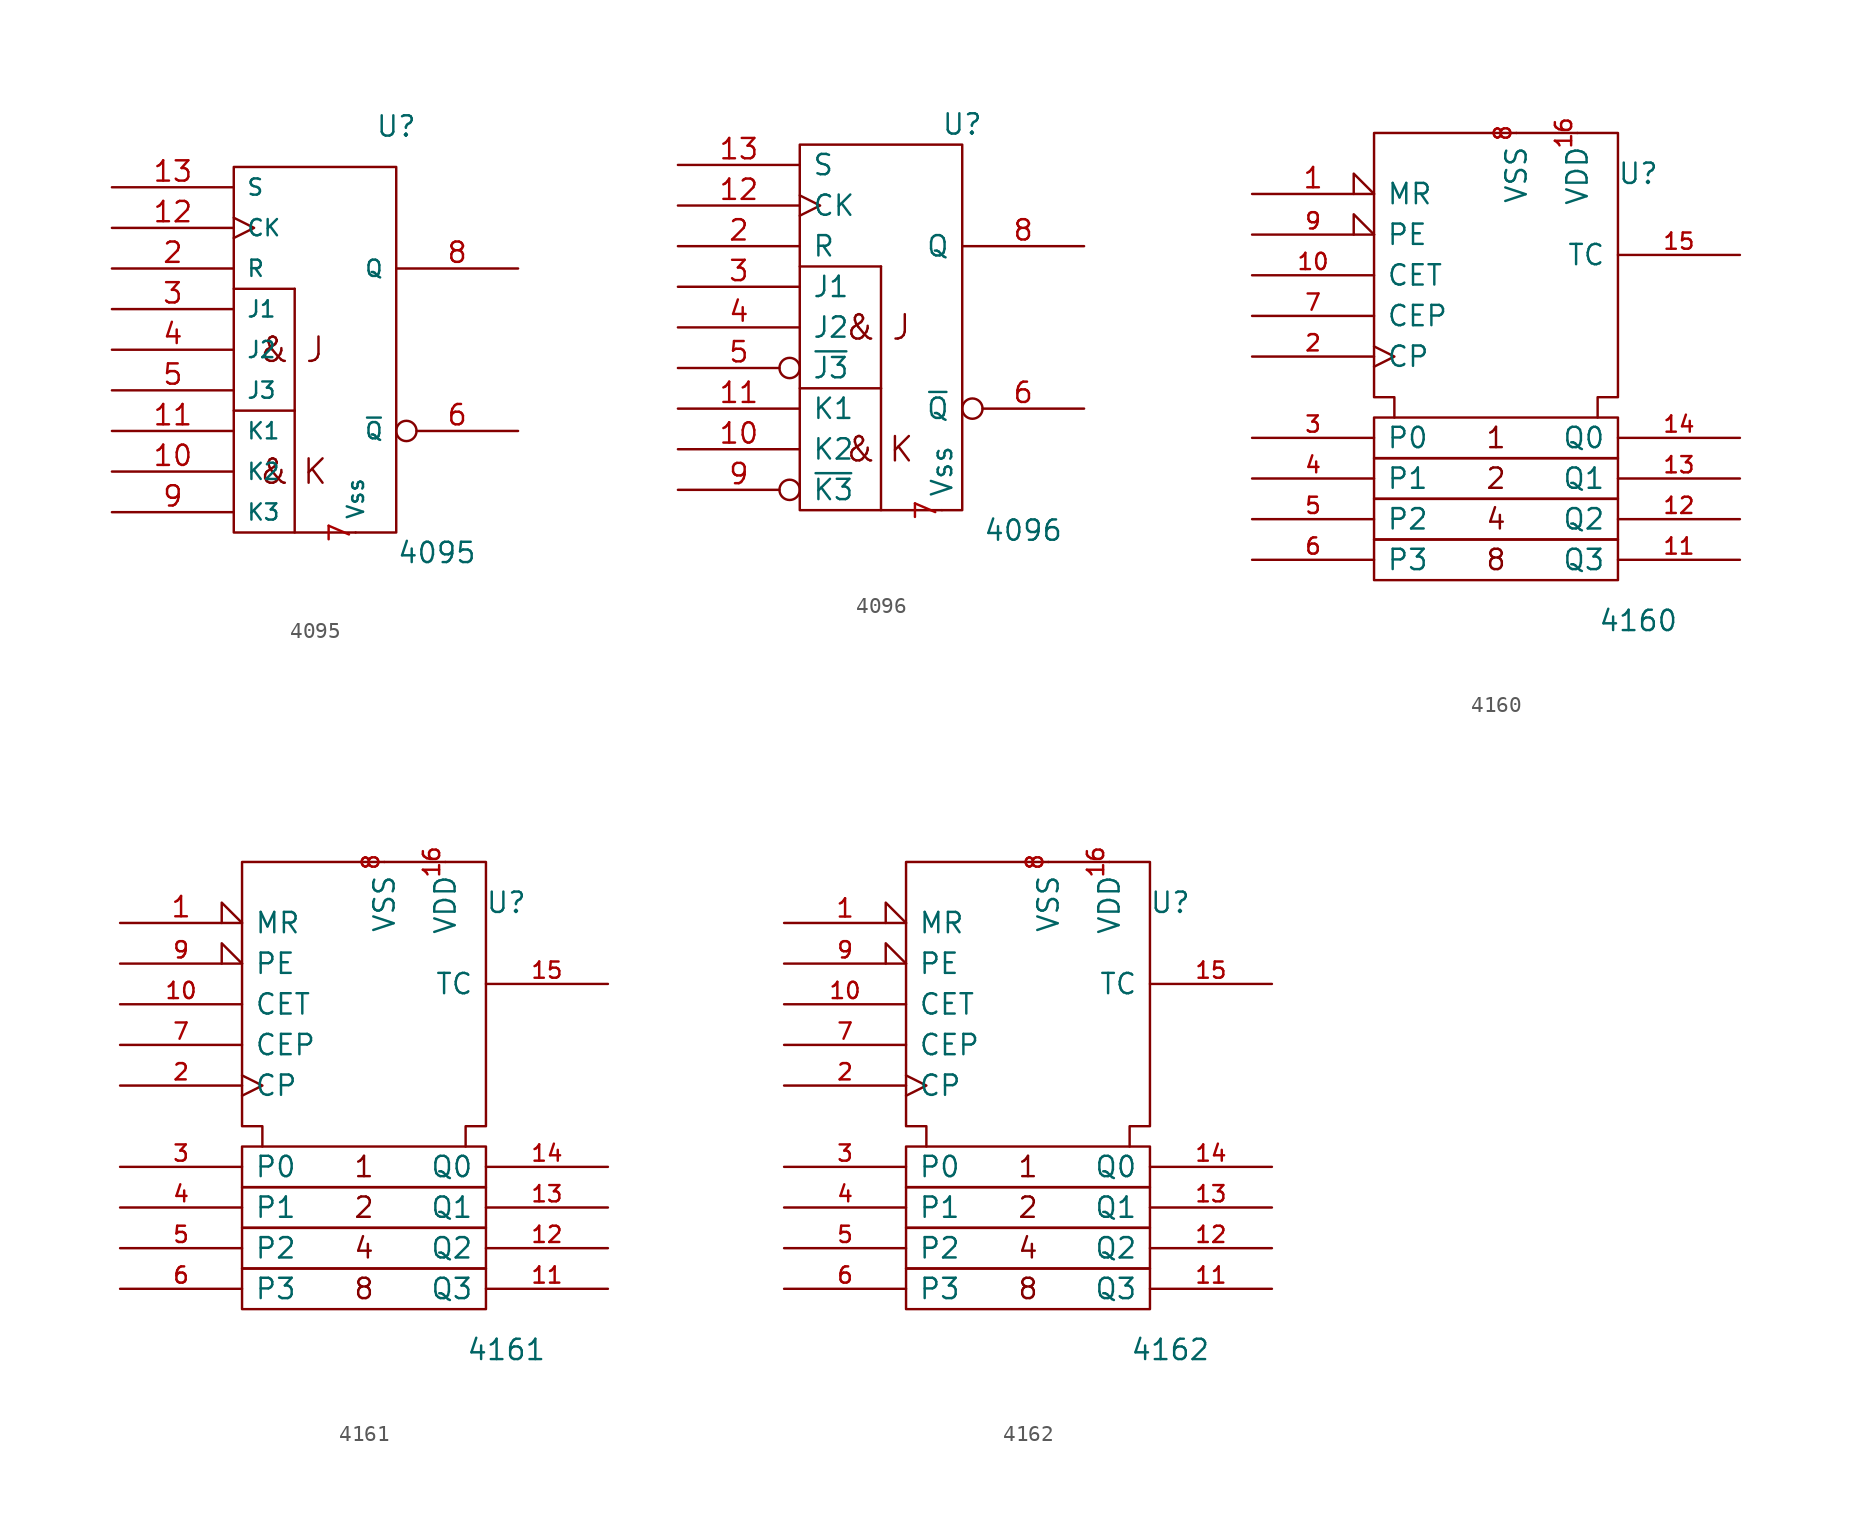
<source format=kicad_sym>
(kicad_symbol_lib
  (version 20211014)
  (generator kicad_symbol_editor)
  (symbol "4095"
    (pin_names
      (offset 0.762))
    (property "Reference" "U"
      (at 5.08 13.97 0)
      (effects (font (size 1.27 1.27))))
    (property "Value" "4095"
      (at 7.62 -12.7 0)
      (effects (font (size 1.27 1.27))))
    (symbol "4095_0_0"
      (text "&" (at -2.54 -7.62 0) (effects (font (size 1.524 1.524))))
      (text "&" (at -2.54 0 0) (effects (font (size 1.524 1.524))))
      (text "J" (at 0 0 0) (effects (font (size 1.524 1.524))))
      (text "K" (at 0 -7.62 0) (effects (font (size 1.524 1.524)))))
    (symbol "4095_0_1"
      (rectangle (start -5.08 -3.81) (end -1.27 -3.81) (stroke (width 0) (type default) (color 0 0 0 0)) (fill (type none)))
      (rectangle (start -5.08 3.81) (end -1.27 3.81) (stroke (width 0) (type default) (color 0 0 0 0)) (fill (type none)))
      (rectangle (start -5.08 11.43) (end 5.08 -11.43) (stroke (width 0) (type default) (color 0 0 0 0)) (fill (type none)))
      (rectangle (start -1.27 -3.81) (end -1.27 -11.43) (stroke (width 0) (type default) (color 0 0 0 0)) (fill (type none)))
      (rectangle (start -1.27 -3.81) (end -1.27 3.81) (stroke (width 0) (type default) (color 0 0 0 0)) (fill (type none))))
    (symbol "4095_1_1"
      (pin input line (at -12.7 -7.62 0) (length 7.62) (name "K2" (effects (font (size 1.016 1.016)))) (number "10" (effects (font (size 1.27 1.27)))))
      (pin input line (at -12.7 -5.08 0) (length 7.62) (name "K1" (effects (font (size 1.016 1.016)))) (number "11" (effects (font (size 1.27 1.27)))))
      (pin input clock (at -12.7 7.62 0) (length 7.62) (name "CK" (effects (font (size 1.016 1.016)))) (number "12" (effects (font (size 1.27 1.27)))))
      (pin input line (at -12.7 10.16 0) (length 7.62) (name "S" (effects (font (size 1.016 1.016)))) (number "13" (effects (font (size 1.27 1.27)))))
      (pin power_in line (at 2.54 11.43 270) (length 0) hide (name "Vdd" (effects (font (size 1.016 1.016)))) (number "14" (effects (font (size 1.27 1.27)))))
      (pin input line (at -12.7 5.08 0) (length 7.62) (name "R" (effects (font (size 1.016 1.016)))) (number "2" (effects (font (size 1.27 1.27)))))
      (pin input line (at -12.7 2.54 0) (length 7.62) (name "J1" (effects (font (size 1.016 1.016)))) (number "3" (effects (font (size 1.27 1.27)))))
      (pin input line (at -12.7 0 0) (length 7.62) (name "J2" (effects (font (size 1.016 1.016)))) (number "4" (effects (font (size 1.27 1.27)))))
      (pin input line (at -12.7 -2.54 0) (length 7.62) (name "J3" (effects (font (size 1.016 1.016)))) (number "5" (effects (font (size 1.27 1.27)))))
      (pin output inverted (at 12.7 -5.08 180) (length 7.62) (name "~{Q}" (effects (font (size 1.016 1.016)))) (number "6" (effects (font (size 1.27 1.27)))))
      (pin power_in line (at 2.54 -11.43 90) (length 0) (name "Vss" (effects (font (size 1.016 1.016)))) (number "7" (effects (font (size 1.27 1.27)))))
      (pin output line (at 12.7 5.08 180) (length 7.62) (name "Q" (effects (font (size 1.016 1.016)))) (number "8" (effects (font (size 1.27 1.27)))))
      (pin input line (at -12.7 -10.16 0) (length 7.62) (name "K3" (effects (font (size 1.016 1.016)))) (number "9" (effects (font (size 1.27 1.27)))))))
  (symbol "4096"
    (pin_names
      (offset 0.762))
    (property "Reference" "U"
      (at 5.08 12.7 0)
      (effects (font (size 1.27 1.27))))
    (property "Value" "4096"
      (at 8.89 -12.7 0)
      (effects (font (size 1.27 1.27))))
    (symbol "4096_0_0"
      (text "&" (at -1.27 -7.62 0) (effects (font (size 1.524 1.524))))
      (text "&" (at -1.27 0 0) (effects (font (size 1.524 1.524))))
      (text "J" (at 1.27 0 0) (effects (font (size 1.524 1.524))))
      (text "K" (at 1.27 -7.62 0) (effects (font (size 1.524 1.524)))))
    (symbol "4096_0_1"
      (rectangle (start -5.08 3.81) (end 0 3.81) (stroke (width 0) (type default) (color 0 0 0 0)) (fill (type none)))
      (rectangle (start -5.08 11.43) (end 5.08 -11.43) (stroke (width 0) (type default) (color 0 0 0 0)) (fill (type none)))
      (rectangle (start 0 -3.81) (end -5.08 -3.81) (stroke (width 0) (type default) (color 0 0 0 0)) (fill (type none)))
      (rectangle (start 0 -3.81) (end 0 -11.43) (stroke (width 0) (type default) (color 0 0 0 0)) (fill (type none)))
      (rectangle (start 0 3.81) (end 0 -3.81) (stroke (width 0) (type default) (color 0 0 0 0)) (fill (type none))))
    (symbol "4096_1_1"
      (pin input line (at -12.7 -7.62 0) (length 7.62) (name "K2" (effects (font (size 1.27 1.27)))) (number "10" (effects (font (size 1.27 1.27)))))
      (pin input line (at -12.7 -5.08 0) (length 7.62) (name "K1" (effects (font (size 1.27 1.27)))) (number "11" (effects (font (size 1.27 1.27)))))
      (pin input clock (at -12.7 7.62 0) (length 7.62) (name "CK" (effects (font (size 1.27 1.27)))) (number "12" (effects (font (size 1.27 1.27)))))
      (pin input line (at -12.7 10.16 0) (length 7.62) (name "S" (effects (font (size 1.27 1.27)))) (number "13" (effects (font (size 1.27 1.27)))))
      (pin power_in line (at 1.27 11.43 270) (length 0) hide (name "Vdd" (effects (font (size 1.27 1.27)))) (number "14" (effects (font (size 1.27 1.27)))))
      (pin input line (at -12.7 5.08 0) (length 7.62) (name "R" (effects (font (size 1.27 1.27)))) (number "2" (effects (font (size 1.27 1.27)))))
      (pin input line (at -12.7 2.54 0) (length 7.62) (name "J1" (effects (font (size 1.27 1.27)))) (number "3" (effects (font (size 1.27 1.27)))))
      (pin input line (at -12.7 0 0) (length 7.62) (name "J2" (effects (font (size 1.27 1.27)))) (number "4" (effects (font (size 1.27 1.27)))))
      (pin input inverted (at -12.7 -2.54 0) (length 7.62) (name "~{J3}" (effects (font (size 1.27 1.27)))) (number "5" (effects (font (size 1.27 1.27)))))
      (pin output inverted (at 12.7 -5.08 180) (length 7.62) (name "~{Q}" (effects (font (size 1.27 1.27)))) (number "6" (effects (font (size 1.27 1.27)))))
      (pin power_in line (at 3.81 -11.43 90) (length 0) (name "Vss" (effects (font (size 1.27 1.27)))) (number "7" (effects (font (size 1.27 1.27)))))
      (pin output line (at 12.7 5.08 180) (length 7.62) (name "Q" (effects (font (size 1.27 1.27)))) (number "8" (effects (font (size 1.27 1.27)))))
      (pin input inverted (at -12.7 -10.16 0) (length 7.62) (name "~{K3}" (effects (font (size 1.27 1.27)))) (number "9" (effects (font (size 1.27 1.27)))))))
  (symbol "4160"
    (pin_names
      (offset 0.762))
    (property "Reference" "U"
      (at 8.89 8.89 0)
      (effects (font (size 1.27 1.27))))
    (property "Value" "4160"
      (at 8.89 -19.05 0)
      (effects (font (size 1.27 1.27))))
    (symbol "4160_0_0"
      (rectangle (start -7.62 -13.97) (end 7.62 -16.51) (stroke (width 0) (type default) (color 0 0 0 0)) (fill (type none)))
      (rectangle (start -7.62 -11.43) (end 7.62 -13.97) (stroke (width 0) (type default) (color 0 0 0 0)) (fill (type none)))
      (rectangle (start -7.62 -8.89) (end 7.62 -11.43) (stroke (width 0) (type default) (color 0 0 0 0)) (fill (type none)))
      (rectangle (start -7.62 -6.35) (end 7.62 -8.89) (stroke (width 0) (type default) (color 0 0 0 0)) (fill (type none)))
      (polyline (pts (xy -6.35 -6.35) (xy -6.35 -5.08) (xy -7.62 -5.08) (xy -7.62 11.43) (xy 7.62 11.43) (xy 7.62 -5.08) (xy 6.35 -5.08) (xy 6.35 -6.35) (xy 6.35 -6.35)) (stroke (width 0) (type default) (color 0 0 0 0)) (fill (type none)))
      (text "1" (at 0 -7.62 0) (effects (font (size 1.27 1.27))))
      (text "2" (at 0 -10.16 0) (effects (font (size 1.27 1.27))))
      (text "4" (at 0 -12.7 0) (effects (font (size 1.27 1.27))))
      (text "8" (at 0 -15.24 0) (effects (font (size 1.27 1.27)))))
    (symbol "4160_1_1"
      (pin input input_low (at -15.24 7.62 0) (length 7.62) (name "MR" (effects (font (size 1.27 1.27)))) (number "1" (effects (font (size 1.27 1.27)))))
      (pin input line (at -15.24 2.54 0) (length 7.62) (name "CET" (effects (font (size 1.27 1.27)))) (number "10" (effects (font (size 1.016 1.016)))))
      (pin output line (at 15.24 -15.24 180) (length 7.62) (name "Q3" (effects (font (size 1.27 1.27)))) (number "11" (effects (font (size 1.016 1.016)))))
      (pin output line (at 15.24 -12.7 180) (length 7.62) (name "Q2" (effects (font (size 1.27 1.27)))) (number "12" (effects (font (size 1.016 1.016)))))
      (pin output line (at 15.24 -10.16 180) (length 7.62) (name "Q1" (effects (font (size 1.27 1.27)))) (number "13" (effects (font (size 1.016 1.016)))))
      (pin output line (at 15.24 -7.62 180) (length 7.62) (name "Q0" (effects (font (size 1.27 1.27)))) (number "14" (effects (font (size 1.016 1.016)))))
      (pin output line (at 15.24 3.81 180) (length 7.62) (name "TC" (effects (font (size 1.27 1.27)))) (number "15" (effects (font (size 1.016 1.016)))))
      (pin power_in line (at 5.08 11.43 270) (length 0) (name "VDD" (effects (font (size 1.27 1.27)))) (number "16" (effects (font (size 1.016 1.016)))))
      (pin input clock (at -15.24 -2.54 0) (length 7.62) (name "CP" (effects (font (size 1.27 1.27)))) (number "2" (effects (font (size 1.016 1.016)))))
      (pin input line (at -15.24 -7.62 0) (length 7.62) (name "P0" (effects (font (size 1.27 1.27)))) (number "3" (effects (font (size 1.016 1.016)))))
      (pin input line (at -15.24 -10.16 0) (length 7.62) (name "P1" (effects (font (size 1.27 1.27)))) (number "4" (effects (font (size 1.016 1.016)))))
      (pin input line (at -15.24 -12.7 0) (length 7.62) (name "P2" (effects (font (size 1.27 1.27)))) (number "5" (effects (font (size 1.016 1.016)))))
      (pin input line (at -15.24 -15.24 0) (length 7.62) (name "P3" (effects (font (size 1.27 1.27)))) (number "6" (effects (font (size 1.016 1.016)))))
      (pin input line (at -15.24 0 0) (length 7.62) (name "CEP" (effects (font (size 1.27 1.27)))) (number "7" (effects (font (size 1.016 1.016)))))
      (pin power_in line (at 1.27 11.43 270) (length 0) (name "VSS" (effects (font (size 1.27 1.27)))) (number "8" (effects (font (size 1.016 1.016)))))
      (pin input input_low (at -15.24 5.08 0) (length 7.62) (name "PE" (effects (font (size 1.27 1.27)))) (number "9" (effects (font (size 1.016 1.016)))))))
  (symbol "4161"
    (pin_names
      (offset 0.762))
    (property "Reference" "U"
      (at 8.89 8.89 0)
      (effects (font (size 1.27 1.27))))
    (property "Value" "4161"
      (at 8.89 -19.05 0)
      (effects (font (size 1.27 1.27))))
    (symbol "4161_0_0"
      (rectangle (start -7.62 -13.97) (end 7.62 -16.51) (stroke (width 0) (type default) (color 0 0 0 0)) (fill (type none)))
      (rectangle (start -7.62 -11.43) (end 7.62 -13.97) (stroke (width 0) (type default) (color 0 0 0 0)) (fill (type none)))
      (rectangle (start -7.62 -8.89) (end 7.62 -11.43) (stroke (width 0) (type default) (color 0 0 0 0)) (fill (type none)))
      (rectangle (start -7.62 -6.35) (end 7.62 -8.89) (stroke (width 0) (type default) (color 0 0 0 0)) (fill (type none)))
      (polyline (pts (xy -6.35 -6.35) (xy -6.35 -5.08) (xy -7.62 -5.08) (xy -7.62 11.43) (xy 7.62 11.43) (xy 7.62 -5.08) (xy 6.35 -5.08) (xy 6.35 -6.35) (xy 6.35 -6.35)) (stroke (width 0) (type default) (color 0 0 0 0)) (fill (type none)))
      (text "1" (at 0 -7.62 0) (effects (font (size 1.27 1.27))))
      (text "2" (at 0 -10.16 0) (effects (font (size 1.27 1.27))))
      (text "4" (at 0 -12.7 0) (effects (font (size 1.27 1.27))))
      (text "8" (at 0 -15.24 0) (effects (font (size 1.27 1.27)))))
    (symbol "4161_1_1"
      (pin input input_low (at -15.24 7.62 0) (length 7.62) (name "MR" (effects (font (size 1.27 1.27)))) (number "1" (effects (font (size 1.27 1.27)))))
      (pin input line (at -15.24 2.54 0) (length 7.62) (name "CET" (effects (font (size 1.27 1.27)))) (number "10" (effects (font (size 1.016 1.016)))))
      (pin output line (at 15.24 -15.24 180) (length 7.62) (name "Q3" (effects (font (size 1.27 1.27)))) (number "11" (effects (font (size 1.016 1.016)))))
      (pin output line (at 15.24 -12.7 180) (length 7.62) (name "Q2" (effects (font (size 1.27 1.27)))) (number "12" (effects (font (size 1.016 1.016)))))
      (pin output line (at 15.24 -10.16 180) (length 7.62) (name "Q1" (effects (font (size 1.27 1.27)))) (number "13" (effects (font (size 1.016 1.016)))))
      (pin output line (at 15.24 -7.62 180) (length 7.62) (name "Q0" (effects (font (size 1.27 1.27)))) (number "14" (effects (font (size 1.016 1.016)))))
      (pin output line (at 15.24 3.81 180) (length 7.62) (name "TC" (effects (font (size 1.27 1.27)))) (number "15" (effects (font (size 1.016 1.016)))))
      (pin power_in line (at 5.08 11.43 270) (length 0) (name "VDD" (effects (font (size 1.27 1.27)))) (number "16" (effects (font (size 1.016 1.016)))))
      (pin input clock (at -15.24 -2.54 0) (length 7.62) (name "CP" (effects (font (size 1.27 1.27)))) (number "2" (effects (font (size 1.016 1.016)))))
      (pin input line (at -15.24 -7.62 0) (length 7.62) (name "P0" (effects (font (size 1.27 1.27)))) (number "3" (effects (font (size 1.016 1.016)))))
      (pin input line (at -15.24 -10.16 0) (length 7.62) (name "P1" (effects (font (size 1.27 1.27)))) (number "4" (effects (font (size 1.016 1.016)))))
      (pin input line (at -15.24 -12.7 0) (length 7.62) (name "P2" (effects (font (size 1.27 1.27)))) (number "5" (effects (font (size 1.016 1.016)))))
      (pin input line (at -15.24 -15.24 0) (length 7.62) (name "P3" (effects (font (size 1.27 1.27)))) (number "6" (effects (font (size 1.016 1.016)))))
      (pin input line (at -15.24 0 0) (length 7.62) (name "CEP" (effects (font (size 1.27 1.27)))) (number "7" (effects (font (size 1.016 1.016)))))
      (pin power_in line (at 1.27 11.43 270) (length 0) (name "VSS" (effects (font (size 1.27 1.27)))) (number "8" (effects (font (size 1.016 1.016)))))
      (pin input input_low (at -15.24 5.08 0) (length 7.62) (name "PE" (effects (font (size 1.27 1.27)))) (number "9" (effects (font (size 1.016 1.016)))))))
  (symbol "4162"
    (pin_names
      (offset 0.762))
    (property "Reference" "U"
      (at 8.89 8.89 0)
      (effects (font (size 1.27 1.27))))
    (property "Value" "4162"
      (at 8.89 -19.05 0)
      (effects (font (size 1.27 1.27))))
    (symbol "4162_0_0"
      (rectangle (start -7.62 -13.97) (end 7.62 -16.51) (stroke (width 0) (type default) (color 0 0 0 0)) (fill (type none)))
      (rectangle (start -7.62 -11.43) (end 7.62 -13.97) (stroke (width 0) (type default) (color 0 0 0 0)) (fill (type none)))
      (rectangle (start -7.62 -8.89) (end 7.62 -11.43) (stroke (width 0) (type default) (color 0 0 0 0)) (fill (type none)))
      (rectangle (start -7.62 -6.35) (end 7.62 -8.89) (stroke (width 0) (type default) (color 0 0 0 0)) (fill (type none)))
      (polyline (pts (xy -6.35 -6.35) (xy -6.35 -5.08) (xy -7.62 -5.08) (xy -7.62 11.43) (xy 7.62 11.43) (xy 7.62 -5.08) (xy 6.35 -5.08) (xy 6.35 -6.35) (xy 6.35 -6.35)) (stroke (width 0) (type default) (color 0 0 0 0)) (fill (type none)))
      (text "1" (at 0 -7.62 0) (effects (font (size 1.27 1.27))))
      (text "2" (at 0 -10.16 0) (effects (font (size 1.27 1.27))))
      (text "4" (at 0 -12.7 0) (effects (font (size 1.27 1.27))))
      (text "8" (at 0 -15.24 0) (effects (font (size 1.27 1.27)))))
    (symbol "4162_1_1"
      (pin input input_low (at -15.24 7.62 0) (length 7.62) (name "MR" (effects (font (size 1.27 1.27)))) (number "1" (effects (font (size 1.143 1.143)))))
      (pin input line (at -15.24 2.54 0) (length 7.62) (name "CET" (effects (font (size 1.27 1.27)))) (number "10" (effects (font (size 1.016 1.016)))))
      (pin output line (at 15.24 -15.24 180) (length 7.62) (name "Q3" (effects (font (size 1.27 1.27)))) (number "11" (effects (font (size 1.016 1.016)))))
      (pin output line (at 15.24 -12.7 180) (length 7.62) (name "Q2" (effects (font (size 1.27 1.27)))) (number "12" (effects (font (size 1.016 1.016)))))
      (pin output line (at 15.24 -10.16 180) (length 7.62) (name "Q1" (effects (font (size 1.27 1.27)))) (number "13" (effects (font (size 1.016 1.016)))))
      (pin output line (at 15.24 -7.62 180) (length 7.62) (name "Q0" (effects (font (size 1.27 1.27)))) (number "14" (effects (font (size 1.016 1.016)))))
      (pin output line (at 15.24 3.81 180) (length 7.62) (name "TC" (effects (font (size 1.27 1.27)))) (number "15" (effects (font (size 1.016 1.016)))))
      (pin power_in line (at 5.08 11.43 270) (length 0) (name "VDD" (effects (font (size 1.27 1.27)))) (number "16" (effects (font (size 1.016 1.016)))))
      (pin input clock (at -15.24 -2.54 0) (length 7.62) (name "CP" (effects (font (size 1.27 1.27)))) (number "2" (effects (font (size 1.016 1.016)))))
      (pin input line (at -15.24 -7.62 0) (length 7.62) (name "P0" (effects (font (size 1.27 1.27)))) (number "3" (effects (font (size 1.016 1.016)))))
      (pin input line (at -15.24 -10.16 0) (length 7.62) (name "P1" (effects (font (size 1.27 1.27)))) (number "4" (effects (font (size 1.016 1.016)))))
      (pin input line (at -15.24 -12.7 0) (length 7.62) (name "P2" (effects (font (size 1.27 1.27)))) (number "5" (effects (font (size 1.016 1.016)))))
      (pin input line (at -15.24 -15.24 0) (length 7.62) (name "P3" (effects (font (size 1.27 1.27)))) (number "6" (effects (font (size 1.016 1.016)))))
      (pin input line (at -15.24 0 0) (length 7.62) (name "CEP" (effects (font (size 1.27 1.27)))) (number "7" (effects (font (size 1.016 1.016)))))
      (pin power_in line (at 1.27 11.43 270) (length 0) (name "VSS" (effects (font (size 1.27 1.27)))) (number "8" (effects (font (size 1.016 1.016)))))
      (pin input input_low (at -15.24 5.08 0) (length 7.62) (name "PE" (effects (font (size 1.27 1.27)))) (number "9" (effects (font (size 1.016 1.016))))))))
</source>
